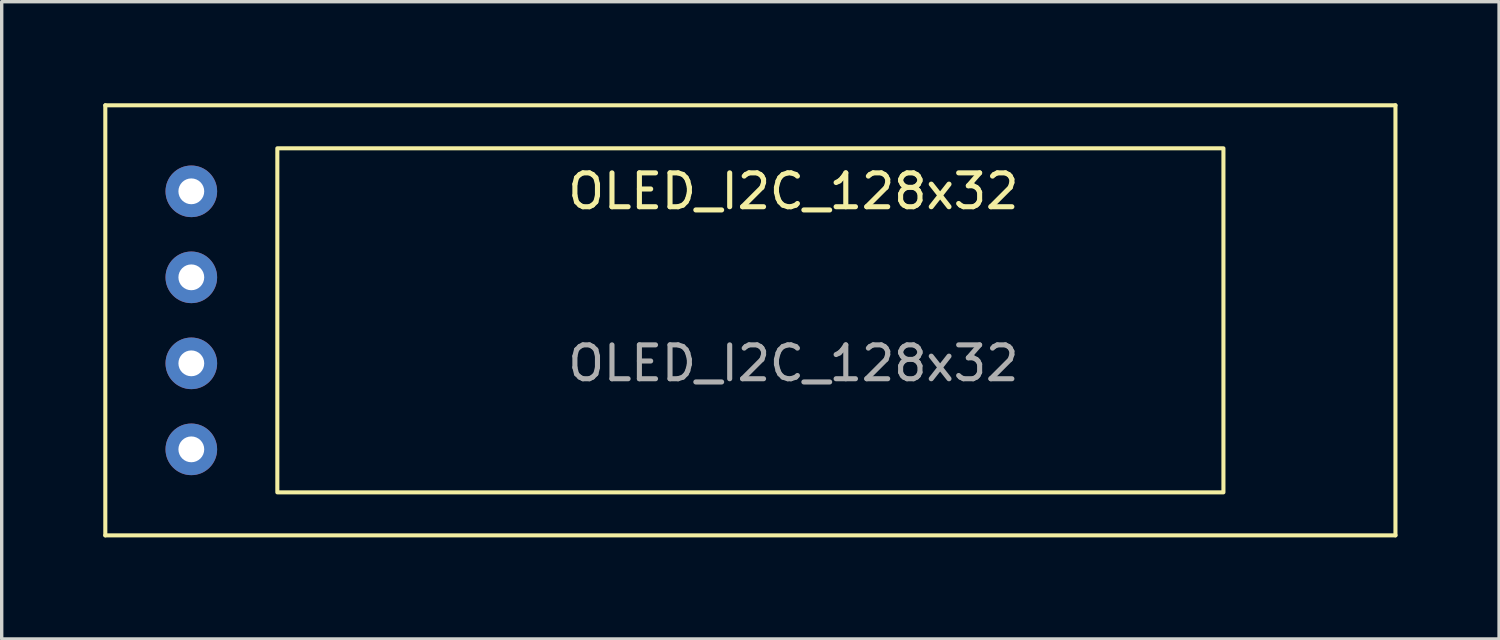
<source format=kicad_pcb>
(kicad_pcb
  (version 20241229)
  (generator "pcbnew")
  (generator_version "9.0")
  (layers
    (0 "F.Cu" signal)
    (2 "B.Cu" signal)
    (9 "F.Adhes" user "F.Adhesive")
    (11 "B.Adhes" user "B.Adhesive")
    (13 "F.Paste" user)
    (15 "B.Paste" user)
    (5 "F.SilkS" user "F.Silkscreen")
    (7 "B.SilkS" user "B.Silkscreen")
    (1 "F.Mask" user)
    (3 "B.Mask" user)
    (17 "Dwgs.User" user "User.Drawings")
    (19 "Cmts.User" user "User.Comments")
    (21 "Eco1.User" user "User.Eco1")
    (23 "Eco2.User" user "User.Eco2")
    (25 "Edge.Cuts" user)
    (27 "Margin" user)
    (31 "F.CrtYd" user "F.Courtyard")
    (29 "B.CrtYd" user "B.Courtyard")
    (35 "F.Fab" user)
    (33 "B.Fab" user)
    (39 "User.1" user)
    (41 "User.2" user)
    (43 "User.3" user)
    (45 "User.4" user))
  (footprint "OLED_I2C_128x32"
    (layer "F.Cu")
    (at 2.6 2.6)
    (property "Reference" "OLED_I2C_128x32" (at 17.78 0 0) (unlocked yes) (layer "F.SilkS") (effects (font (size 1 1) (thickness 0.15))))
    (attr through_hole)
    (fp_line (start -2.54 -2.54) (end 35.56 -2.54) (stroke (width 0.12) (type default)) (layer "F.SilkS"))
    (fp_line (start -2.54 10.16) (end -2.54 -2.54) (stroke (width 0.12) (type default)) (layer "F.SilkS"))
    (fp_line (start 35.56 -2.54) (end 35.56 10.16) (stroke (width 0.12) (type default)) (layer "F.SilkS"))
    (fp_line (start 35.56 10.16) (end -2.54 10.16) (stroke (width 0.12) (type default)) (layer "F.SilkS"))
    (fp_rect (start 2.54 -1.27) (end 30.48 8.89) (stroke (width 0.12) (type default)) (fill no) (layer "F.SilkS"))
    (fp_text user "${REFERENCE}" (at 17.78 5.08 0) (unlocked yes) (layer "F.Fab") (effects (font (size 1 1) (thickness 0.15))))
    (pad "1" thru_hole circle (at 0 0) (size 1.524 1.524) (drill 0.762) (layers "*.Cu" "*.Mask"))
    (pad "2" thru_hole circle (at 0 2.54) (size 1.524 1.524) (drill 0.762) (layers "*.Cu" "*.Mask"))
    (pad "3" thru_hole circle (at 0 5.08) (size 1.524 1.524) (drill 0.762) (layers "*.Cu" "*.Mask"))
    (pad "4" thru_hole circle (at 0 7.62) (size 1.524 1.524) (drill 0.762) (layers "*.Cu" "*.Mask")))
  (gr_rect
    (start -3 -3)
    (end 41.22 15.82)
    (stroke (width 0.1) (type default))
    (fill no)
    (layer "Edge.Cuts")))
</source>
